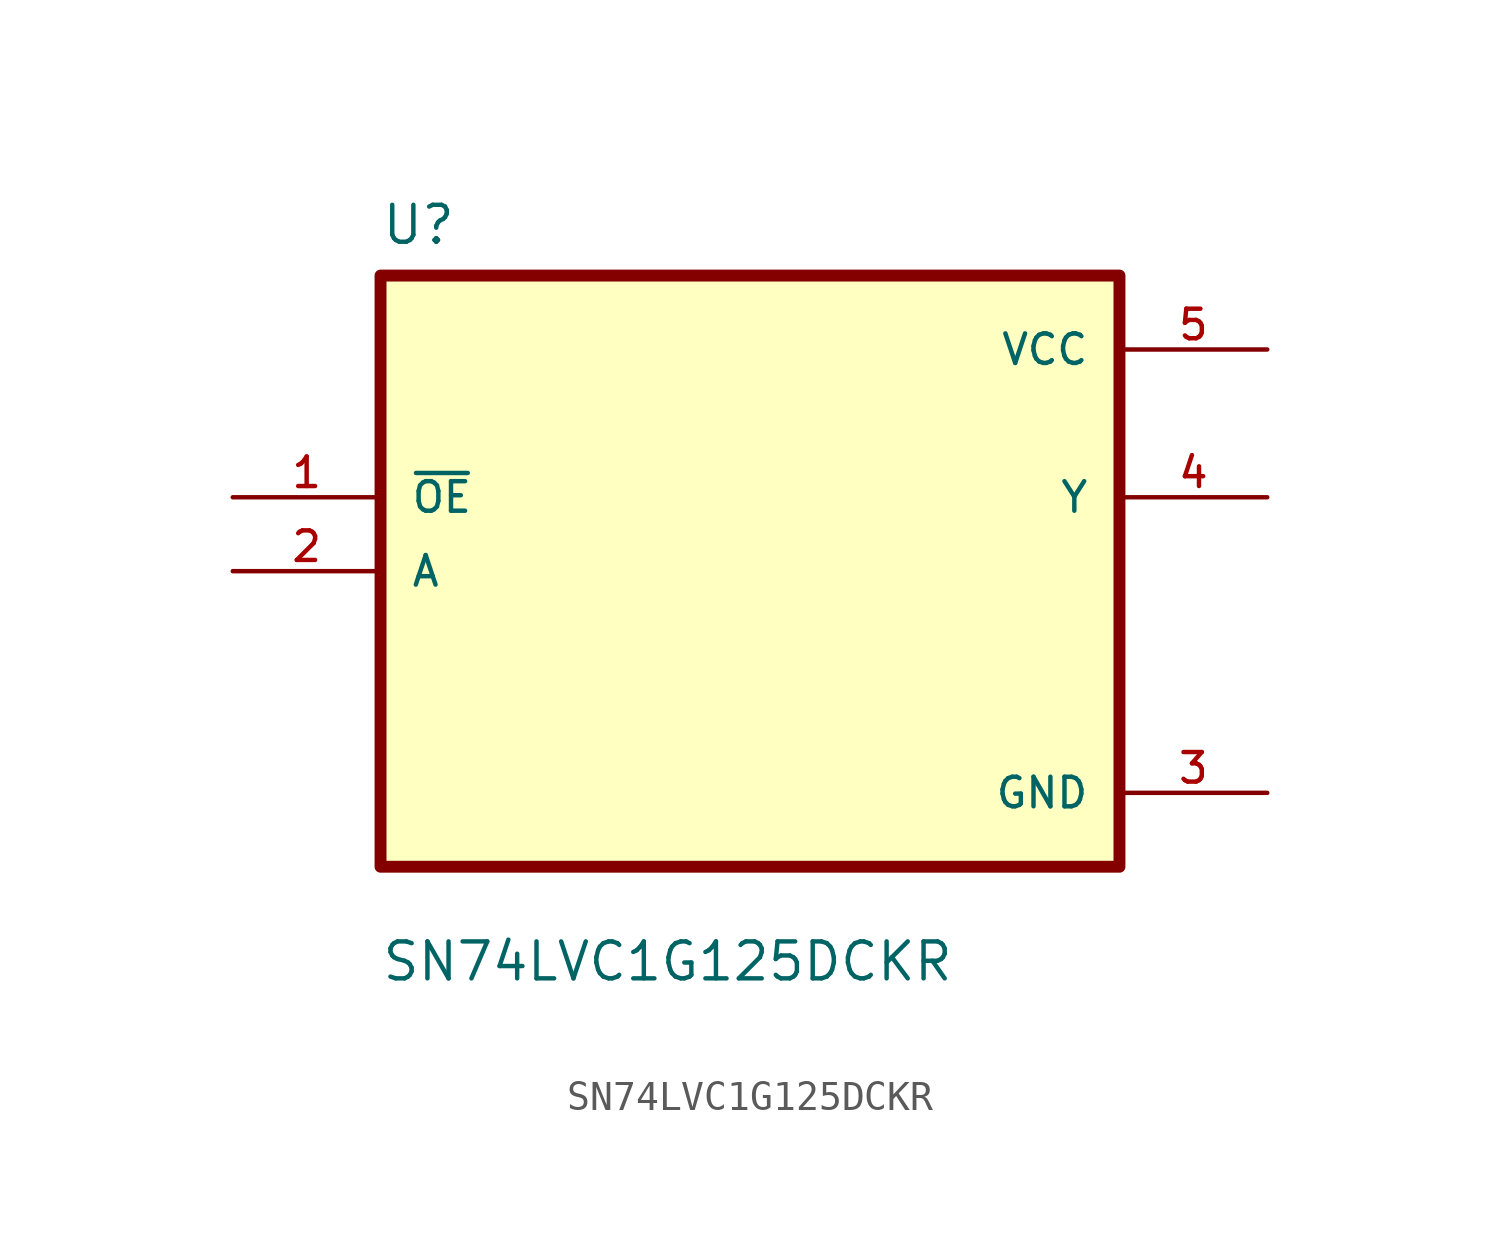
<source format=kicad_sym>
(kicad_symbol_lib
  (version 20211014)
  (generator kicad_symbol_editor)
  (symbol "SN74LVC1G125DCKR"
    (pin_names
      (offset 1.016))
    (property "Reference" "U"
      (at -12.7 11.16 0.0)
      (effects (font (size 1.27 1.27)) (justify bottom left)))
    (property "Value" "SN74LVC1G125DCKR"
      (at -12.7 -14.16 0.0)
      (effects (font (size 1.27 1.27)) (justify bottom left)))
    (symbol "SN74LVC1G125DCKR_0_0"
      (rectangle (start -12.7 -10.16) (end 12.7 10.16) (stroke (width 0.41)) (fill (type background)))
      (pin input line (at -17.78 2.54 0) (length 5.08) (name "~{OE}" (effects (font (size 1.016 1.016)))) (number "1" (effects (font (size 1.016 1.016)))))
      (pin input line (at -17.78 0.0 0) (length 5.08) (name "A" (effects (font (size 1.016 1.016)))) (number "2" (effects (font (size 1.016 1.016)))))
      (pin power_in line (at 17.78 7.62 180.0) (length 5.08) (name "VCC" (effects (font (size 1.016 1.016)))) (number "5" (effects (font (size 1.016 1.016)))))
      (pin output line (at 17.78 2.54 180.0) (length 5.08) (name "Y" (effects (font (size 1.016 1.016)))) (number "4" (effects (font (size 1.016 1.016)))))
      (pin power_in line (at 17.78 -7.62 180.0) (length 5.08) (name "GND" (effects (font (size 1.016 1.016)))) (number "3" (effects (font (size 1.016 1.016))))))))
</source>
